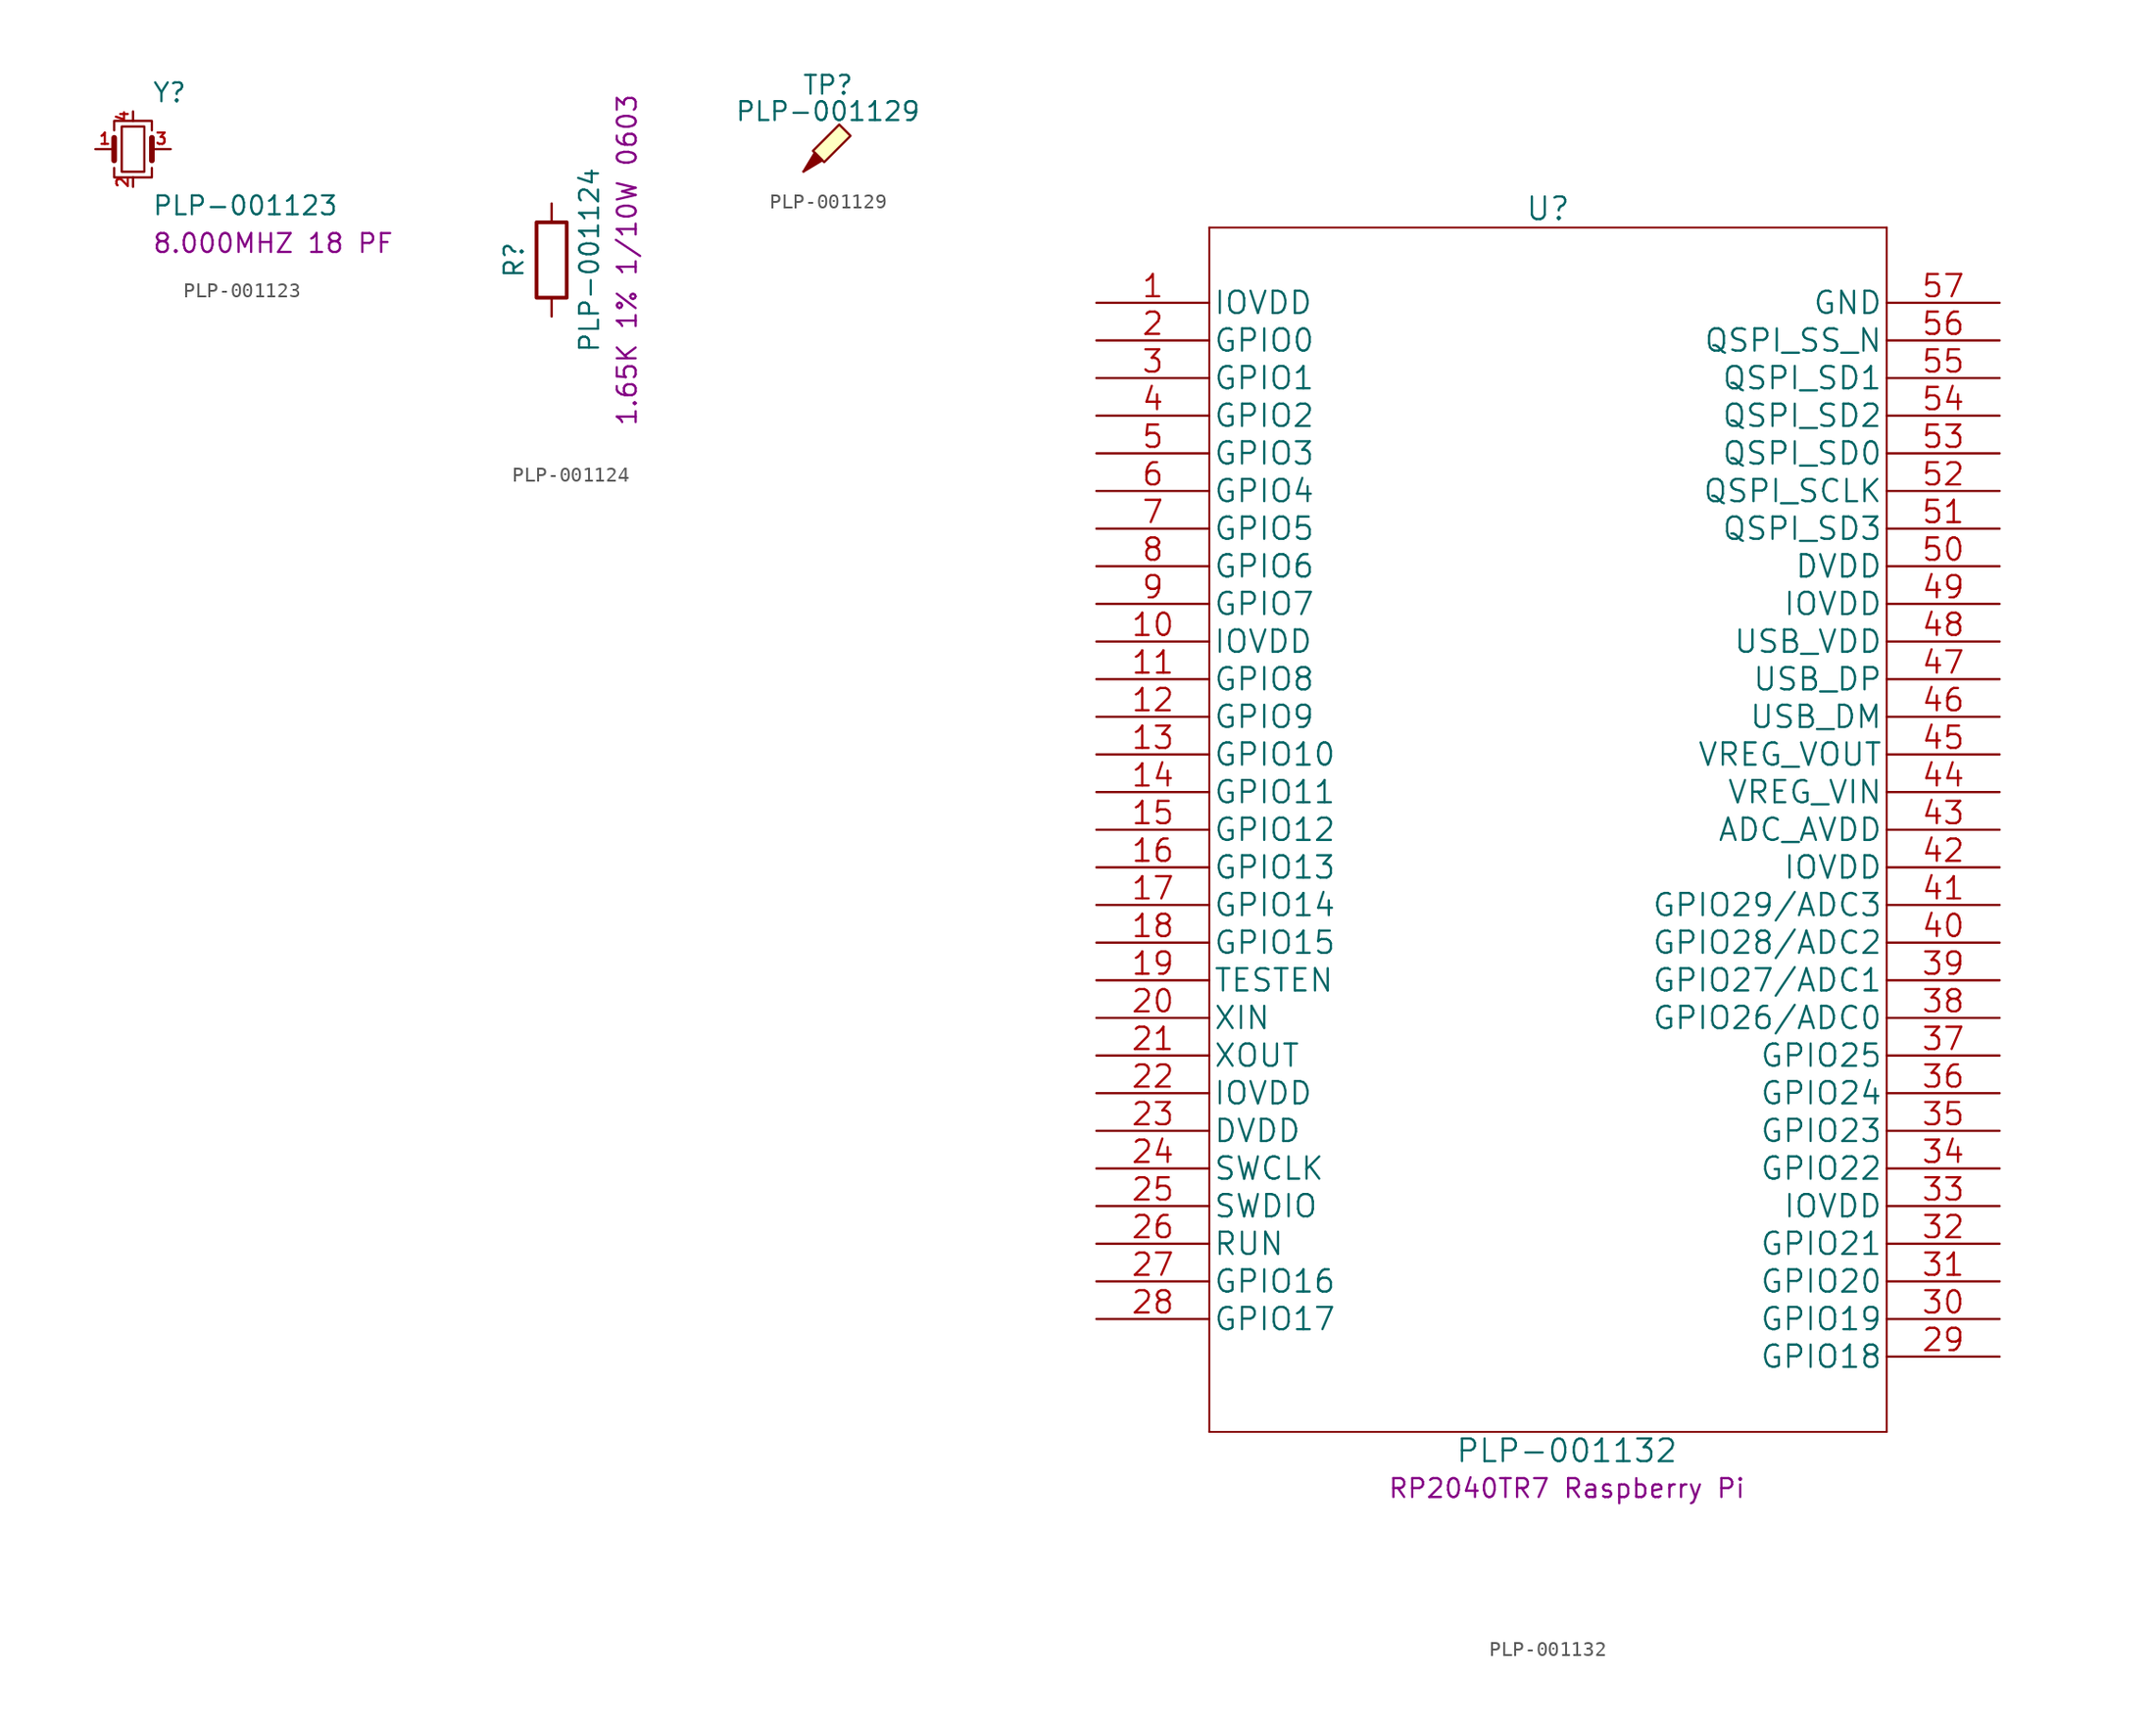
<source format=kicad_sym>
(kicad_symbol_lib
  (version 20241209)
  (generator "kicad_symbol_editor")
  (generator_version "9.0")
  (symbol "PLP-001123"
    (pin_names
      (offset 1.016)
      (hide yes))
    (property "Reference" "Y"
      (at 1.27 3.81 0)
      (effects (font (size 1.27 1.27)) (justify left)))
    (property "Value" "PLP-001123"
      (at 1.27 -3.81 0)
      (effects (font (size 1.27 1.27)) (justify left)))
    (property "Info" "8.000MHZ 18 PF"
      (at 1.27 -6.35 0)
      (effects (font (size 1.27 1.27)) (justify left)))
    (symbol "PLP-001123_0_1"
      (polyline (pts (xy -1.27 1.27) (xy -1.27 1.905) (xy 1.27 1.905) (xy 1.27 1.27)) (stroke (width 0) (type default)) (fill (type none)))
      (polyline (pts (xy -1.27 -0.762) (xy -1.27 0.762)) (stroke (width 0.381) (type default)) (fill (type none)))
      (polyline (pts (xy -1.27 -1.27) (xy -1.27 -1.905) (xy 1.27 -1.905) (xy 1.27 -1.27)) (stroke (width 0) (type default)) (fill (type none)))
      (rectangle (start -0.762 -1.524) (end 0.762 1.524) (stroke (width 0) (type default)) (fill (type none)))
      (polyline (pts (xy 1.27 -0.762) (xy 1.27 0.762)) (stroke (width 0.381) (type default)) (fill (type none))))
    (symbol "PLP-001123_1_1"
      (pin passive line (at -2.54 0 0) (length 1.27) (name "1" (effects (font (size 1.27 1.27)))) (number "1" (effects (font (size 0.762 0.762)))))
      (pin passive line (at 0 2.54 270) (length 0.635) (name "4" (effects (font (size 1.27 1.27)))) (number "4" (effects (font (size 0.762 0.762)))))
      (pin passive line (at 0 -2.54 90) (length 0.635) (name "2" (effects (font (size 1.27 1.27)))) (number "2" (effects (font (size 0.762 0.762)))))
      (pin passive line (at 2.54 0 180) (length 1.27) (name "3" (effects (font (size 1.27 1.27)))) (number "3" (effects (font (size 0.762 0.762)))))))
  (symbol "PLP-001124"
    (pin_numbers
      (hide yes))
    (pin_names
      (offset 0))
    (property "Reference" "R"
      (at -2.54 0 90)
      (effects (font (size 1.27 1.27))))
    (property "Value" "PLP-001124"
      (at 2.54 0 90)
      (effects (font (size 1.27 1.27))))
    (property "Info" "1.65K 1% 1/10W 0603"
      (at 5.08 0 90)
      (effects (font (size 1.27 1.27))))
    (symbol "PLP-001124_0_1"
      (rectangle (start -1.016 -2.54) (end 1.016 2.54) (stroke (width 0.254) (type default)) (fill (type none))))
    (symbol "PLP-001124_1_1"
      (pin passive line (at 0 3.81 270) (length 1.27) (name "~" (effects (font (size 1.27 1.27)))) (number "1" (effects (font (size 1.27 1.27)))))
      (pin passive line (at 0 -3.81 90) (length 1.27) (name "~" (effects (font (size 1.27 1.27)))) (number "2" (effects (font (size 1.27 1.27)))))))
  (symbol "PLP-001129"
    (pin_numbers
      (hide yes))
    (pin_names
      (offset 0.762)
      (hide yes))
    (property "Reference" "TP"
      (at 1.651 5.842 0)
      (effects (font (size 1.27 1.27))))
    (property "Value" "PLP-001129"
      (at 1.651 4.064 0)
      (effects (font (size 1.27 1.27))))
    (symbol "PLP-001129_0_1"
      (polyline (pts (xy 1.27 0.762) (xy 0 0) (xy 0.762 1.27) (xy 1.27 0.762)) (stroke (width 0) (type default)) (fill (type outline)))
      (polyline (pts (xy 1.397 0.635) (xy 0.635 1.397) (xy 2.413 3.175) (xy 3.175 2.413) (xy 1.397 0.635)) (stroke (width 0) (type default)) (fill (type background))))
    (symbol "PLP-001129_1_1"
      (pin power_in line (at 0 0 90) (length 0) (name "1" (effects (font (size 1.27 1.27)))) (number "1" (effects (font (size 1.27 1.27)))))))
  (symbol "PLP-001132"
    (pin_names
      (offset 0.254))
    (property "Reference" "U"
      (at 30.48 6.35 0)
      (effects (font (size 1.524 1.524))))
    (property "Value" "PLP-001132"
      (at 31.75 -77.47 0)
      (effects (font (size 1.524 1.524))))
    (property "Info" "RP2040TR7 Raspberry Pi"
      (at 31.75 -80.01 0)
      (effects (font (size 1.27 1.27))))
    (symbol "PLP-001132_1_1"
      (polyline (pts (xy 7.62 5.08) (xy 7.62 -76.2)) (stroke (width 0.127) (type default)) (fill (type none)))
      (polyline (pts (xy 7.62 -76.2) (xy 53.34 -76.2)) (stroke (width 0.127) (type default)) (fill (type none)))
      (polyline (pts (xy 53.34 5.08) (xy 7.62 5.08)) (stroke (width 0.127) (type default)) (fill (type none)))
      (polyline (pts (xy 53.34 -76.2) (xy 53.34 5.08)) (stroke (width 0.127) (type default)) (fill (type none)))
      (pin power_in line (at 0 0 0) (length 7.62) (name "IOVDD" (effects (font (size 1.499 1.499)))) (number "1" (effects (font (size 1.499 1.499)))))
      (pin bidirectional line (at 0 -2.54 0) (length 7.62) (name "GPIO0" (effects (font (size 1.499 1.499)))) (number "2" (effects (font (size 1.499 1.499)))))
      (pin bidirectional line (at 0 -5.08 0) (length 7.62) (name "GPIO1" (effects (font (size 1.499 1.499)))) (number "3" (effects (font (size 1.499 1.499)))))
      (pin bidirectional line (at 0 -7.62 0) (length 7.62) (name "GPIO2" (effects (font (size 1.499 1.499)))) (number "4" (effects (font (size 1.499 1.499)))))
      (pin bidirectional line (at 0 -10.16 0) (length 7.62) (name "GPIO3" (effects (font (size 1.499 1.499)))) (number "5" (effects (font (size 1.499 1.499)))))
      (pin bidirectional line (at 0 -12.7 0) (length 7.62) (name "GPIO4" (effects (font (size 1.499 1.499)))) (number "6" (effects (font (size 1.499 1.499)))))
      (pin bidirectional line (at 0 -15.24 0) (length 7.62) (name "GPIO5" (effects (font (size 1.499 1.499)))) (number "7" (effects (font (size 1.499 1.499)))))
      (pin bidirectional line (at 0 -17.78 0) (length 7.62) (name "GPIO6" (effects (font (size 1.499 1.499)))) (number "8" (effects (font (size 1.499 1.499)))))
      (pin bidirectional line (at 0 -20.32 0) (length 7.62) (name "GPIO7" (effects (font (size 1.499 1.499)))) (number "9" (effects (font (size 1.499 1.499)))))
      (pin power_in line (at 0 -22.86 0) (length 7.62) (name "IOVDD" (effects (font (size 1.499 1.499)))) (number "10" (effects (font (size 1.499 1.499)))))
      (pin bidirectional line (at 0 -25.4 0) (length 7.62) (name "GPIO8" (effects (font (size 1.499 1.499)))) (number "11" (effects (font (size 1.499 1.499)))))
      (pin bidirectional line (at 0 -27.94 0) (length 7.62) (name "GPIO9" (effects (font (size 1.499 1.499)))) (number "12" (effects (font (size 1.499 1.499)))))
      (pin bidirectional line (at 0 -30.48 0) (length 7.62) (name "GPIO10" (effects (font (size 1.499 1.499)))) (number "13" (effects (font (size 1.499 1.499)))))
      (pin bidirectional line (at 0 -33.02 0) (length 7.62) (name "GPIO11" (effects (font (size 1.499 1.499)))) (number "14" (effects (font (size 1.499 1.499)))))
      (pin bidirectional line (at 0 -35.56 0) (length 7.62) (name "GPIO12" (effects (font (size 1.499 1.499)))) (number "15" (effects (font (size 1.499 1.499)))))
      (pin bidirectional line (at 0 -38.1 0) (length 7.62) (name "GPIO13" (effects (font (size 1.499 1.499)))) (number "16" (effects (font (size 1.499 1.499)))))
      (pin bidirectional line (at 0 -40.64 0) (length 7.62) (name "GPIO14" (effects (font (size 1.499 1.499)))) (number "17" (effects (font (size 1.499 1.499)))))
      (pin bidirectional line (at 0 -43.18 0) (length 7.62) (name "GPIO15" (effects (font (size 1.499 1.499)))) (number "18" (effects (font (size 1.499 1.499)))))
      (pin unspecified line (at 0 -45.72 0) (length 7.62) (name "TESTEN" (effects (font (size 1.499 1.499)))) (number "19" (effects (font (size 1.499 1.499)))))
      (pin unspecified line (at 0 -48.26 0) (length 7.62) (name "XIN" (effects (font (size 1.499 1.499)))) (number "20" (effects (font (size 1.499 1.499)))))
      (pin output line (at 0 -50.8 0) (length 7.62) (name "XOUT" (effects (font (size 1.499 1.499)))) (number "21" (effects (font (size 1.499 1.499)))))
      (pin power_in line (at 0 -53.34 0) (length 7.62) (name "IOVDD" (effects (font (size 1.499 1.499)))) (number "22" (effects (font (size 1.499 1.499)))))
      (pin power_in line (at 0 -55.88 0) (length 7.62) (name "DVDD" (effects (font (size 1.499 1.499)))) (number "23" (effects (font (size 1.499 1.499)))))
      (pin unspecified line (at 0 -58.42 0) (length 7.62) (name "SWCLK" (effects (font (size 1.499 1.499)))) (number "24" (effects (font (size 1.499 1.499)))))
      (pin unspecified line (at 0 -60.96 0) (length 7.62) (name "SWDIO" (effects (font (size 1.499 1.499)))) (number "25" (effects (font (size 1.499 1.499)))))
      (pin unspecified line (at 0 -63.5 0) (length 7.62) (name "RUN" (effects (font (size 1.499 1.499)))) (number "26" (effects (font (size 1.499 1.499)))))
      (pin bidirectional line (at 0 -66.04 0) (length 7.62) (name "GPIO16" (effects (font (size 1.499 1.499)))) (number "27" (effects (font (size 1.499 1.499)))))
      (pin bidirectional line (at 0 -68.58 0) (length 7.62) (name "GPIO17" (effects (font (size 1.499 1.499)))) (number "28" (effects (font (size 1.499 1.499)))))
      (pin power_in line (at 60.96 0 180) (length 7.62) (name "GND" (effects (font (size 1.499 1.499)))) (number "57" (effects (font (size 1.499 1.499)))))
      (pin unspecified line (at 60.96 -2.54 180) (length 7.62) (name "QSPI_SS_N" (effects (font (size 1.499 1.499)))) (number "56" (effects (font (size 1.499 1.499)))))
      (pin bidirectional line (at 60.96 -5.08 180) (length 7.62) (name "QSPI_SD1" (effects (font (size 1.499 1.499)))) (number "55" (effects (font (size 1.499 1.499)))))
      (pin bidirectional line (at 60.96 -7.62 180) (length 7.62) (name "QSPI_SD2" (effects (font (size 1.499 1.499)))) (number "54" (effects (font (size 1.499 1.499)))))
      (pin bidirectional line (at 60.96 -10.16 180) (length 7.62) (name "QSPI_SD0" (effects (font (size 1.499 1.499)))) (number "53" (effects (font (size 1.499 1.499)))))
      (pin unspecified line (at 60.96 -12.7 180) (length 7.62) (name "QSPI_SCLK" (effects (font (size 1.499 1.499)))) (number "52" (effects (font (size 1.499 1.499)))))
      (pin bidirectional line (at 60.96 -15.24 180) (length 7.62) (name "QSPI_SD3" (effects (font (size 1.499 1.499)))) (number "51" (effects (font (size 1.499 1.499)))))
      (pin power_in line (at 60.96 -17.78 180) (length 7.62) (name "DVDD" (effects (font (size 1.499 1.499)))) (number "50" (effects (font (size 1.499 1.499)))))
      (pin power_in line (at 60.96 -20.32 180) (length 7.62) (name "IOVDD" (effects (font (size 1.499 1.499)))) (number "49" (effects (font (size 1.499 1.499)))))
      (pin power_in line (at 60.96 -22.86 180) (length 7.62) (name "USB_VDD" (effects (font (size 1.499 1.499)))) (number "48" (effects (font (size 1.499 1.499)))))
      (pin unspecified line (at 60.96 -25.4 180) (length 7.62) (name "USB_DP" (effects (font (size 1.499 1.499)))) (number "47" (effects (font (size 1.499 1.499)))))
      (pin unspecified line (at 60.96 -27.94 180) (length 7.62) (name "USB_DM" (effects (font (size 1.499 1.499)))) (number "46" (effects (font (size 1.499 1.499)))))
      (pin output line (at 60.96 -30.48 180) (length 7.62) (name "VREG_VOUT" (effects (font (size 1.499 1.499)))) (number "45" (effects (font (size 1.499 1.499)))))
      (pin unspecified line (at 60.96 -33.02 180) (length 7.62) (name "VREG_VIN" (effects (font (size 1.499 1.499)))) (number "44" (effects (font (size 1.499 1.499)))))
      (pin power_in line (at 60.96 -35.56 180) (length 7.62) (name "ADC_AVDD" (effects (font (size 1.499 1.499)))) (number "43" (effects (font (size 1.499 1.499)))))
      (pin power_in line (at 60.96 -38.1 180) (length 7.62) (name "IOVDD" (effects (font (size 1.499 1.499)))) (number "42" (effects (font (size 1.499 1.499)))))
      (pin bidirectional line (at 60.96 -40.64 180) (length 7.62) (name "GPIO29/ADC3" (effects (font (size 1.499 1.499)))) (number "41" (effects (font (size 1.499 1.499)))))
      (pin bidirectional line (at 60.96 -43.18 180) (length 7.62) (name "GPIO28/ADC2" (effects (font (size 1.499 1.499)))) (number "40" (effects (font (size 1.499 1.499)))))
      (pin bidirectional line (at 60.96 -45.72 180) (length 7.62) (name "GPIO27/ADC1" (effects (font (size 1.499 1.499)))) (number "39" (effects (font (size 1.499 1.499)))))
      (pin bidirectional line (at 60.96 -48.26 180) (length 7.62) (name "GPIO26/ADC0" (effects (font (size 1.499 1.499)))) (number "38" (effects (font (size 1.499 1.499)))))
      (pin bidirectional line (at 60.96 -50.8 180) (length 7.62) (name "GPIO25" (effects (font (size 1.499 1.499)))) (number "37" (effects (font (size 1.499 1.499)))))
      (pin bidirectional line (at 60.96 -53.34 180) (length 7.62) (name "GPIO24" (effects (font (size 1.499 1.499)))) (number "36" (effects (font (size 1.499 1.499)))))
      (pin bidirectional line (at 60.96 -55.88 180) (length 7.62) (name "GPIO23" (effects (font (size 1.499 1.499)))) (number "35" (effects (font (size 1.499 1.499)))))
      (pin bidirectional line (at 60.96 -58.42 180) (length 7.62) (name "GPIO22" (effects (font (size 1.499 1.499)))) (number "34" (effects (font (size 1.499 1.499)))))
      (pin power_in line (at 60.96 -60.96 180) (length 7.62) (name "IOVDD" (effects (font (size 1.499 1.499)))) (number "33" (effects (font (size 1.499 1.499)))))
      (pin bidirectional line (at 60.96 -63.5 180) (length 7.62) (name "GPIO21" (effects (font (size 1.499 1.499)))) (number "32" (effects (font (size 1.499 1.499)))))
      (pin bidirectional line (at 60.96 -66.04 180) (length 7.62) (name "GPIO20" (effects (font (size 1.499 1.499)))) (number "31" (effects (font (size 1.499 1.499)))))
      (pin bidirectional line (at 60.96 -68.58 180) (length 7.62) (name "GPIO19" (effects (font (size 1.499 1.499)))) (number "30" (effects (font (size 1.499 1.499)))))
      (pin bidirectional line (at 60.96 -71.12 180) (length 7.62) (name "GPIO18" (effects (font (size 1.499 1.499)))) (number "29" (effects (font (size 1.499 1.499))))))))
</source>
